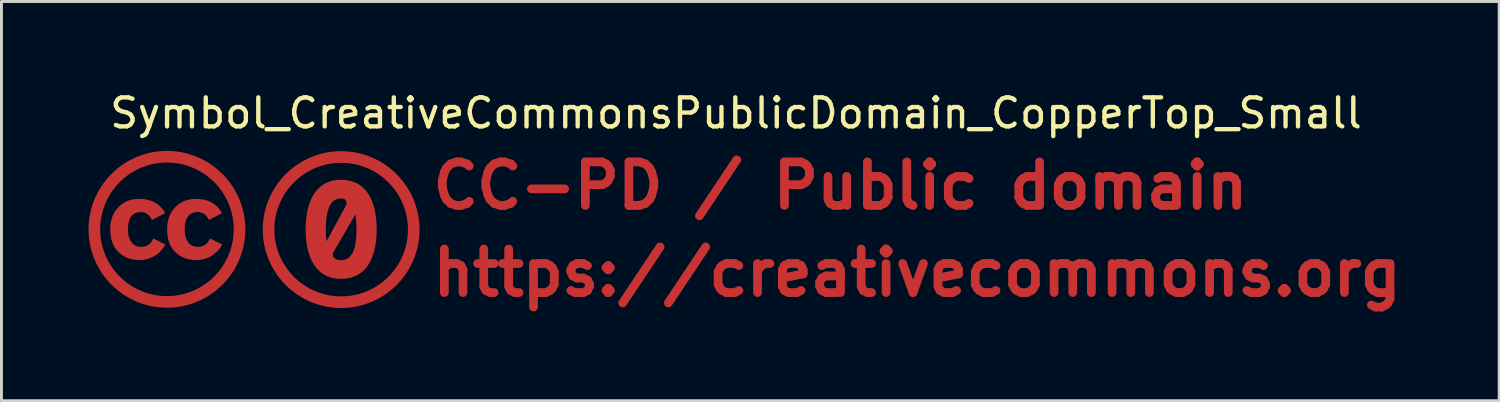
<source format=kicad_pcb>
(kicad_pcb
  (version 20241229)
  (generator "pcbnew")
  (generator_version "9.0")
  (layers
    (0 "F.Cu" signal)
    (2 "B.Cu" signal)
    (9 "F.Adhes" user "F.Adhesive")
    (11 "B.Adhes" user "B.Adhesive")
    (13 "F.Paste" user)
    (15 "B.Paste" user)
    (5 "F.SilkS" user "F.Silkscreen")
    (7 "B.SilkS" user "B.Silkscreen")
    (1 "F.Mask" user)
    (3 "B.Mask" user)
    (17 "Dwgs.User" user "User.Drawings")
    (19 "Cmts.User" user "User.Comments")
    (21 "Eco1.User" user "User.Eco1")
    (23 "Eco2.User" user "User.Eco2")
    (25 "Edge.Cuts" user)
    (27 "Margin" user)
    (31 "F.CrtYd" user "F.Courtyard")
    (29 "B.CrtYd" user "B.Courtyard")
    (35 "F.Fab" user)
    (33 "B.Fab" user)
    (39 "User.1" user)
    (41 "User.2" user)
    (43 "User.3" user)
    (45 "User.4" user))
  (footprint "Symbol_CreativeCommonsPublicDomain_CopperTop_Small"
    (layer "F.Cu")
    (at 21.7 4.848)
    (property "Reference" "Symbol_CreativeCommonsPublicDomain_CopperTop_Small" (at 0.599 -4 0) (layer "F.SilkS") (effects (font (size 1 1) (thickness 0.15))))
    (attr exclude_from_pos_files exclude_from_bom allow_missing_courtyard)
    (fp_circle (center -19 0) (end -16.5 0) (stroke (width 0.4) (type default)) (fill no) (layer "F.Cu"))
    (fp_circle (center -13 0.01) (end -10.5 0.01) (stroke (width 0.4) (type default)) (fill no) (layer "F.Cu"))
    (fp_poly (pts (xy -19.884 -1.046) (xy -19.809 -1.04) (xy -19.738 -1.03) (xy -19.669 -1.017) (xy -19.603 -1) (xy -19.539 -0.979) (xy -19.479 -0.954) (xy -19.421 -0.925) (xy -19.366 -0.893) (xy -19.314 -0.856) (xy -19.265 -0.816) (xy -19.218 -0.772) (xy -19.175 -0.724) (xy -19.134 -0.673) (xy -19.095 -0.617) (xy -19.06 -0.558) (xy -19.514 -0.322) (xy -19.523 -0.341) (xy -19.532 -0.358) (xy -19.542 -0.375) (xy -19.552 -0.392) (xy -19.562 -0.408) (xy -19.573 -0.423) (xy -19.583 -0.437) (xy -19.594 -0.45) (xy -19.606 -0.463) (xy -19.617 -0.476) (xy -19.629 -0.487) (xy -19.641 -0.498) (xy -19.653 -0.508) (xy -19.666 -0.517) (xy -19.679 -0.526) (xy -19.692 -0.534) (xy -19.705 -0.541) (xy -19.718 -0.548) (xy -19.731 -0.554) (xy -19.744 -0.56) (xy -19.757 -0.566) (xy -19.769 -0.57) (xy -19.782 -0.575) (xy -19.794 -0.579) (xy -19.806 -0.583) (xy -19.818 -0.586) (xy -19.83 -0.588) (xy -19.842 -0.59) (xy -19.854 -0.592) (xy -19.866 -0.593) (xy -19.877 -0.594) (xy -19.889 -0.594) (xy -19.916 -0.594) (xy -19.943 -0.592) (xy -19.97 -0.589) (xy -19.995 -0.585) (xy -20.019 -0.58) (xy -20.043 -0.573) (xy -20.065 -0.565) (xy -20.087 -0.557) (xy -20.108 -0.547) (xy -20.128 -0.536) (xy -20.147 -0.523) (xy -20.165 -0.51) (xy -20.182 -0.495) (xy -20.199 -0.48) (xy -20.214 -0.463) (xy -20.229 -0.444) (xy -20.242 -0.425) (xy -20.255 -0.405) (xy -20.267 -0.383) (xy -20.278 -0.36) (xy -20.289 -0.336) (xy -20.298 -0.311) (xy -20.306 -0.285) (xy -20.314 -0.257) (xy -20.32 -0.229) (xy -20.326 -0.199) (xy -20.331 -0.168) (xy -20.335 -0.136) (xy -20.338 -0.102) (xy -20.34 -0.068) (xy -20.342 -0.032) (xy -20.342 0.005) (xy -20.342 0.038) (xy -20.34 0.071) (xy -20.338 0.103) (xy -20.335 0.134) (xy -20.331 0.164) (xy -20.326 0.193) (xy -20.32 0.222) (xy -20.313 0.249) (xy -20.306 0.276) (xy -20.297 0.302) (xy -20.288 0.327) (xy -20.278 0.351) (xy -20.266 0.375) (xy -20.254 0.397) (xy -20.241 0.419) (xy -20.227 0.44) (xy -20.213 0.46) (xy -20.197 0.478) (xy -20.18 0.495) (xy -20.163 0.511) (xy -20.154 0.519) (xy -20.145 0.526) (xy -20.135 0.533) (xy -20.126 0.539) (xy -20.116 0.546) (xy -20.106 0.552) (xy -20.096 0.557) (xy -20.085 0.562) (xy -20.064 0.572) (xy -20.041 0.58) (xy -20.018 0.587) (xy -19.994 0.593) (xy -19.969 0.598) (xy -19.943 0.601) (xy -19.916 0.603) (xy -19.889 0.603) (xy -19.852 0.602) (xy -19.817 0.599) (xy -19.784 0.593) (xy -19.751 0.585) (xy -19.72 0.575) (xy -19.691 0.562) (xy -19.663 0.548) (xy -19.636 0.531) (xy -19.611 0.511) (xy -19.587 0.49) (xy -19.564 0.466) (xy -19.543 0.44) (xy -19.523 0.412) (xy -19.504 0.381) (xy -19.487 0.348) (xy -19.471 0.313) (xy -19.054 0.525) (xy -19.071 0.555) (xy -19.089 0.585) (xy -19.107 0.614) (xy -19.127 0.642) (xy -19.147 0.669) (xy -19.168 0.696) (xy -19.19 0.721) (xy -19.213 0.746) (xy -19.236 0.77) (xy -19.26 0.793) (xy -19.285 0.816) (xy -19.311 0.837) (xy -19.338 0.858) (xy -19.366 0.878) (xy -19.394 0.897) (xy -19.423 0.915) (xy -19.453 0.932) (xy -19.483 0.948) (xy -19.513 0.963) (xy -19.544 0.977) (xy -19.575 0.99) (xy -19.606 1.001) (xy -19.638 1.012) (xy -19.671 1.021) (xy -19.703 1.03) (xy -19.737 1.037) (xy -19.77 1.043) (xy -19.804 1.048) (xy -19.838 1.052) (xy -19.873 1.055) (xy -19.908 1.056) (xy -19.943 1.057) (xy -19.999 1.056) (xy -20.054 1.053) (xy -20.107 1.047) (xy -20.159 1.04) (xy -20.209 1.03) (xy -20.258 1.018) (xy -20.306 1.004) (xy -20.353 0.987) (xy -20.398 0.969) (xy -20.441 0.948) (xy -20.484 0.925) (xy -20.525 0.9) (xy -20.564 0.873) (xy -20.603 0.844) (xy -20.639 0.812) (xy -20.675 0.779) (xy -20.708 0.743) (xy -20.74 0.706) (xy -20.769 0.667) (xy -20.796 0.626) (xy -20.821 0.584) (xy -20.844 0.539) (xy -20.865 0.494) (xy -20.883 0.446) (xy -20.9 0.397) (xy -20.914 0.346) (xy -20.926 0.293) (xy -20.936 0.239) (xy -20.943 0.183) (xy -20.949 0.125) (xy -20.952 0.066) (xy -20.953 0.005) (xy -20.952 -0.055) (xy -20.949 -0.113) (xy -20.943 -0.17) (xy -20.935 -0.225) (xy -20.925 -0.278) (xy -20.913 -0.33) (xy -20.899 -0.38) (xy -20.883 -0.429) (xy -20.864 -0.476) (xy -20.843 -0.522) (xy -20.82 -0.566) (xy -20.795 -0.609) (xy -20.767 -0.65) (xy -20.738 -0.689) (xy -20.706 -0.727) (xy -20.672 -0.763) (xy -20.636 -0.798) (xy -20.599 -0.83) (xy -20.561 -0.86) (xy -20.522 -0.888) (xy -20.482 -0.913) (xy -20.44 -0.937) (xy -20.397 -0.958) (xy -20.353 -0.977) (xy -20.308 -0.993) (xy -20.262 -1.008) (xy -20.215 -1.02) (xy -20.167 -1.03) (xy -20.117 -1.038) (xy -20.066 -1.043) (xy -20.014 -1.047) (xy -19.961 -1.048)) (stroke (width 0) (type solid)) (fill yes) (layer "F.Cu"))
    (fp_poly (pts (xy -17.924 -1.046) (xy -17.85 -1.04) (xy -17.779 -1.03) (xy -17.71 -1.017) (xy -17.644 -1) (xy -17.581 -0.979) (xy -17.521 -0.954) (xy -17.463 -0.925) (xy -17.409 -0.893) (xy -17.357 -0.856) (xy -17.308 -0.816) (xy -17.262 -0.772) (xy -17.219 -0.724) (xy -17.179 -0.673) (xy -17.141 -0.617) (xy -17.107 -0.558) (xy -17.107 -0.558) (xy -17.554 -0.322) (xy -17.563 -0.341) (xy -17.573 -0.358) (xy -17.582 -0.375) (xy -17.592 -0.392) (xy -17.603 -0.408) (xy -17.613 -0.423) (xy -17.624 -0.437) (xy -17.635 -0.45) (xy -17.646 -0.463) (xy -17.658 -0.476) (xy -17.67 -0.487) (xy -17.682 -0.498) (xy -17.694 -0.508) (xy -17.707 -0.517) (xy -17.719 -0.526) (xy -17.733 -0.534) (xy -17.746 -0.541) (xy -17.759 -0.548) (xy -17.772 -0.554) (xy -17.785 -0.56) (xy -17.798 -0.566) (xy -17.811 -0.57) (xy -17.824 -0.575) (xy -17.836 -0.579) (xy -17.849 -0.583) (xy -17.861 -0.586) (xy -17.874 -0.588) (xy -17.886 -0.59) (xy -17.899 -0.592) (xy -17.911 -0.593) (xy -17.923 -0.594) (xy -17.935 -0.594) (xy -17.963 -0.594) (xy -17.99 -0.592) (xy -18.016 -0.589) (xy -18.041 -0.585) (xy -18.066 -0.58) (xy -18.089 -0.573) (xy -18.112 -0.565) (xy -18.134 -0.557) (xy -18.154 -0.547) (xy -18.174 -0.536) (xy -18.193 -0.523) (xy -18.212 -0.51) (xy -18.229 -0.495) (xy -18.245 -0.48) (xy -18.261 -0.463) (xy -18.275 -0.444) (xy -18.289 -0.425) (xy -18.302 -0.405) (xy -18.314 -0.383) (xy -18.325 -0.36) (xy -18.335 -0.336) (xy -18.344 -0.311) (xy -18.353 -0.285) (xy -18.36 -0.257) (xy -18.367 -0.229) (xy -18.373 -0.199) (xy -18.378 -0.168) (xy -18.382 -0.136) (xy -18.385 -0.102) (xy -18.387 -0.068) (xy -18.388 -0.032) (xy -18.389 0.005) (xy -18.388 0.038) (xy -18.387 0.071) (xy -18.385 0.103) (xy -18.382 0.134) (xy -18.378 0.164) (xy -18.373 0.193) (xy -18.367 0.222) (xy -18.36 0.249) (xy -18.352 0.276) (xy -18.344 0.302) (xy -18.334 0.327) (xy -18.324 0.351) (xy -18.313 0.375) (xy -18.301 0.397) (xy -18.288 0.419) (xy -18.274 0.44) (xy -18.259 0.46) (xy -18.243 0.478) (xy -18.227 0.495) (xy -18.218 0.504) (xy -18.21 0.511) (xy -18.201 0.519) (xy -18.191 0.526) (xy -18.182 0.533) (xy -18.172 0.539) (xy -18.163 0.546) (xy -18.153 0.552) (xy -18.142 0.557) (xy -18.132 0.562) (xy -18.11 0.572) (xy -18.088 0.58) (xy -18.064 0.587) (xy -18.04 0.593) (xy -18.015 0.598) (xy -17.989 0.601) (xy -17.963 0.603) (xy -17.935 0.603) (xy -17.899 0.602) (xy -17.864 0.599) (xy -17.83 0.593) (xy -17.798 0.585) (xy -17.767 0.575) (xy -17.738 0.562) (xy -17.709 0.548) (xy -17.683 0.531) (xy -17.657 0.511) (xy -17.633 0.49) (xy -17.611 0.466) (xy -17.589 0.44) (xy -17.569 0.412) (xy -17.551 0.381) (xy -17.534 0.348) (xy -17.518 0.313) (xy -17.095 0.525) (xy -17.112 0.555) (xy -17.131 0.585) (xy -17.15 0.614) (xy -17.17 0.642) (xy -17.191 0.669) (xy -17.213 0.696) (xy -17.235 0.721) (xy -17.258 0.746) (xy -17.282 0.77) (xy -17.306 0.793) (xy -17.332 0.816) (xy -17.358 0.837) (xy -17.384 0.858) (xy -17.412 0.878) (xy -17.44 0.897) (xy -17.469 0.915) (xy -17.499 0.932) (xy -17.529 0.948) (xy -17.559 0.963) (xy -17.59 0.977) (xy -17.621 0.99) (xy -17.652 1.001) (xy -17.684 1.012) (xy -17.716 1.021) (xy -17.748 1.03) (xy -17.781 1.037) (xy -17.814 1.043) (xy -17.847 1.048) (xy -17.881 1.052) (xy -17.915 1.055) (xy -17.949 1.056) (xy -17.983 1.057) (xy -18.04 1.056) (xy -18.095 1.053) (xy -18.149 1.047) (xy -18.202 1.04) (xy -18.253 1.03) (xy -18.302 1.018) (xy -18.35 1.004) (xy -18.397 0.987) (xy -18.442 0.969) (xy -18.486 0.948) (xy -18.528 0.925) (xy -18.569 0.9) (xy -18.608 0.873) (xy -18.646 0.844) (xy -18.683 0.812) (xy -18.718 0.779) (xy -18.751 0.743) (xy -18.783 0.706) (xy -18.812 0.667) (xy -18.839 0.626) (xy -18.863 0.584) (xy -18.886 0.539) (xy -18.906 0.494) (xy -18.925 0.446) (xy -18.941 0.397) (xy -18.955 0.346) (xy -18.967 0.293) (xy -18.976 0.239) (xy -18.984 0.183) (xy -18.989 0.125) (xy -18.992 0.066) (xy -18.993 0.005) (xy -18.992 -0.055) (xy -18.989 -0.113) (xy -18.984 -0.17) (xy -18.976 -0.225) (xy -18.966 -0.278) (xy -18.954 -0.33) (xy -18.94 -0.38) (xy -18.923 -0.429) (xy -18.904 -0.476) (xy -18.884 -0.522) (xy -18.861 -0.566) (xy -18.835 -0.609) (xy -18.808 -0.65) (xy -18.778 -0.689) (xy -18.746 -0.727) (xy -18.712 -0.763) (xy -18.676 -0.798) (xy -18.64 -0.83) (xy -18.602 -0.86) (xy -18.562 -0.888) (xy -18.522 -0.913) (xy -18.48 -0.937) (xy -18.438 -0.958) (xy -18.394 -0.977) (xy -18.349 -0.993) (xy -18.303 -1.008) (xy -18.256 -1.02) (xy -18.207 -1.03) (xy -18.157 -1.038) (xy -18.107 -1.043) (xy -18.055 -1.047) (xy -18.002 -1.048)) (stroke (width 0) (type solid)) (fill yes) (layer "F.Cu"))
    (fp_poly (pts (xy -12.91 -1.703) (xy -12.825 -1.695) (xy -12.744 -1.682) (xy -12.667 -1.665) (xy -12.593 -1.642) (xy -12.524 -1.615) (xy -12.458 -1.584) (xy -12.396 -1.549) (xy -12.338 -1.51) (xy -12.283 -1.468) (xy -12.231 -1.422) (xy -12.183 -1.372) (xy -12.138 -1.32) (xy -12.096 -1.265) (xy -12.057 -1.207) (xy -12.021 -1.146) (xy -11.988 -1.084) (xy -11.958 -1.019) (xy -11.905 -0.884) (xy -11.863 -0.742) (xy -11.829 -0.597) (xy -11.805 -0.448) (xy -11.788 -0.298) (xy -11.779 -0.148) (xy -11.776 0) (xy -11.779 0.148) (xy -11.788 0.298) (xy -11.805 0.448) (xy -11.829 0.597) (xy -11.863 0.742) (xy -11.883 0.814) (xy -11.905 0.884) (xy -11.93 0.952) (xy -11.958 1.019) (xy -11.988 1.084) (xy -12.021 1.146) (xy -12.057 1.207) (xy -12.096 1.265) (xy -12.138 1.32) (xy -12.183 1.372) (xy -12.231 1.422) (xy -12.283 1.468) (xy -12.338 1.51) (xy -12.396 1.549) (xy -12.458 1.584) (xy -12.524 1.615) (xy -12.593 1.642) (xy -12.667 1.665) (xy -12.744 1.682) (xy -12.825 1.695) (xy -12.91 1.703) (xy -13 1.706) (xy -13.09 1.703) (xy -13.175 1.695) (xy -13.256 1.682) (xy -13.334 1.665) (xy -13.407 1.642) (xy -13.476 1.615) (xy -13.542 1.584) (xy -13.604 1.549) (xy -13.663 1.51) (xy -13.718 1.468) (xy -13.769 1.422) (xy -13.817 1.372) (xy -13.862 1.32) (xy -13.904 1.265) (xy -13.943 1.207) (xy -13.979 1.146) (xy -14.012 1.084) (xy -14.042 1.019) (xy -14.095 0.884) (xy -14.095 0.882) (xy -13.29 0.882) (xy -13.289 0.892) (xy -13.288 0.902) (xy -13.286 0.912) (xy -13.284 0.921) (xy -13.28 0.93) (xy -13.276 0.938) (xy -13.272 0.947) (xy -13.267 0.955) (xy -13.261 0.962) (xy -13.255 0.97) (xy -13.249 0.977) (xy -13.241 0.984) (xy -13.234 0.99) (xy -13.226 0.997) (xy -13.217 1.003) (xy -13.209 1.008) (xy -13.199 1.014) (xy -13.18 1.024) (xy -13.16 1.034) (xy -13.156 1.035) (xy -13.152 1.036) (xy -13.148 1.038) (xy -13.144 1.039) (xy -13.136 1.042) (xy -13.129 1.044) (xy -13.124 1.045) (xy -13.119 1.047) (xy -13.115 1.049) (xy -13.11 1.05) (xy -13.097 1.053) (xy -13.084 1.056) (xy -13.071 1.058) (xy -13.057 1.059) (xy -13.043 1.061) (xy -13.029 1.062) (xy -13.015 1.062) (xy -13 1.063) (xy -12.954 1.061) (xy -12.911 1.054) (xy -12.871 1.045) (xy -12.833 1.031) (xy -12.797 1.014) (xy -12.764 0.994) (xy -12.734 0.971) (xy -12.705 0.945) (xy -12.679 0.917) (xy -12.655 0.886) (xy -12.632 0.852) (xy -12.612 0.817) (xy -12.593 0.78) (xy -12.577 0.742) (xy -12.548 0.661) (xy -12.525 0.575) (xy -12.507 0.488) (xy -12.494 0.399) (xy -12.484 0.311) (xy -12.478 0.226) (xy -12.475 0.145) (xy -12.473 0) (xy -12.474 -0.111) (xy -12.476 -0.172) (xy -12.48 -0.237) (xy -12.485 -0.304) (xy -12.492 -0.372) (xy -12.501 -0.441) (xy -12.512 -0.511) (xy -13.241 0.747) (xy -13.25 0.761) (xy -13.258 0.775) (xy -13.265 0.788) (xy -13.271 0.801) (xy -13.276 0.814) (xy -13.28 0.826) (xy -13.284 0.838) (xy -13.287 0.85) (xy -13.288 0.861) (xy -13.289 0.872) (xy -13.29 0.882) (xy -14.095 0.882) (xy -14.138 0.742) (xy -14.171 0.597) (xy -14.195 0.448) (xy -14.212 0.298) (xy -14.221 0.148) (xy -14.224 0) (xy -14.224 -0.000093) (xy -13.527 -0.000093) (xy -13.526 0.09) (xy -13.525 0.139) (xy -13.523 0.19) (xy -13.52 0.243) (xy -13.516 0.298) (xy -13.511 0.354) (xy -13.504 0.411) (xy -12.853 -0.787) (xy -12.847 -0.797) (xy -12.841 -0.808) (xy -12.836 -0.819) (xy -12.832 -0.829) (xy -12.828 -0.839) (xy -12.825 -0.849) (xy -12.822 -0.859) (xy -12.82 -0.868) (xy -12.818 -0.878) (xy -12.817 -0.887) (xy -12.816 -0.896) (xy -12.816 -0.905) (xy -12.816 -0.913) (xy -12.817 -0.922) (xy -12.818 -0.93) (xy -12.82 -0.938) (xy -12.821 -0.946) (xy -12.824 -0.954) (xy -12.826 -0.962) (xy -12.829 -0.969) (xy -12.833 -0.977) (xy -12.836 -0.984) (xy -12.841 -0.991) (xy -12.845 -0.998) (xy -12.85 -1.005) (xy -12.855 -1.011) (xy -12.86 -1.018) (xy -12.865 -1.024) (xy -12.877 -1.036) (xy -12.89 -1.048) (xy -12.903 -1.051) (xy -12.916 -1.054) (xy -12.929 -1.056) (xy -12.943 -1.058) (xy -12.957 -1.06) (xy -12.971 -1.061) (xy -12.985 -1.062) (xy -13 -1.063) (xy -13.046 -1.06) (xy -13.089 -1.054) (xy -13.129 -1.045) (xy -13.167 -1.031) (xy -13.203 -1.014) (xy -13.236 -0.994) (xy -13.266 -0.971) (xy -13.295 -0.945) (xy -13.321 -0.916) (xy -13.345 -0.886) (xy -13.368 -0.852) (xy -13.388 -0.817) (xy -13.407 -0.78) (xy -13.423 -0.742) (xy -13.452 -0.661) (xy -13.475 -0.575) (xy -13.493 -0.488) (xy -13.506 -0.399) (xy -13.516 -0.312) (xy -13.522 -0.226) (xy -13.525 -0.145) (xy -13.527 -0.000093) (xy -14.224 -0.000093) (xy -14.221 -0.148) (xy -14.212 -0.298) (xy -14.195 -0.448) (xy -14.171 -0.597) (xy -14.137 -0.742) (xy -14.117 -0.814) (xy -14.095 -0.884) (xy -14.07 -0.952) (xy -14.042 -1.019) (xy -14.012 -1.084) (xy -13.979 -1.146) (xy -13.943 -1.207) (xy -13.904 -1.265) (xy -13.862 -1.32) (xy -13.817 -1.372) (xy -13.769 -1.422) (xy -13.718 -1.468) (xy -13.663 -1.51) (xy -13.604 -1.549) (xy -13.542 -1.584) (xy -13.476 -1.615) (xy -13.407 -1.642) (xy -13.334 -1.665) (xy -13.256 -1.682) (xy -13.175 -1.695) (xy -13.09 -1.703) (xy -13 -1.706)) (stroke (width 0) (type solid)) (fill yes) (layer "F.Cu"))
    (fp_text user "https://creativecommons.org" (at -10 1.5 0) (unlocked yes) (layer "F.Cu") (effects (font (size 1.5 1.5) (thickness 0.3)) (justify left)))
    (fp_text user "CC-PD / Public domain" (at -10 -1.5 0) (unlocked yes) (layer "F.Cu") (effects (font (size 1.5 1.5) (thickness 0.3)) (justify left))))
  (gr_rect
    (start -3 -3)
    (end 48.586 10.752)
    (stroke (width 0.1) (type default))
    (fill no)
    (layer "Edge.Cuts")))
</source>
